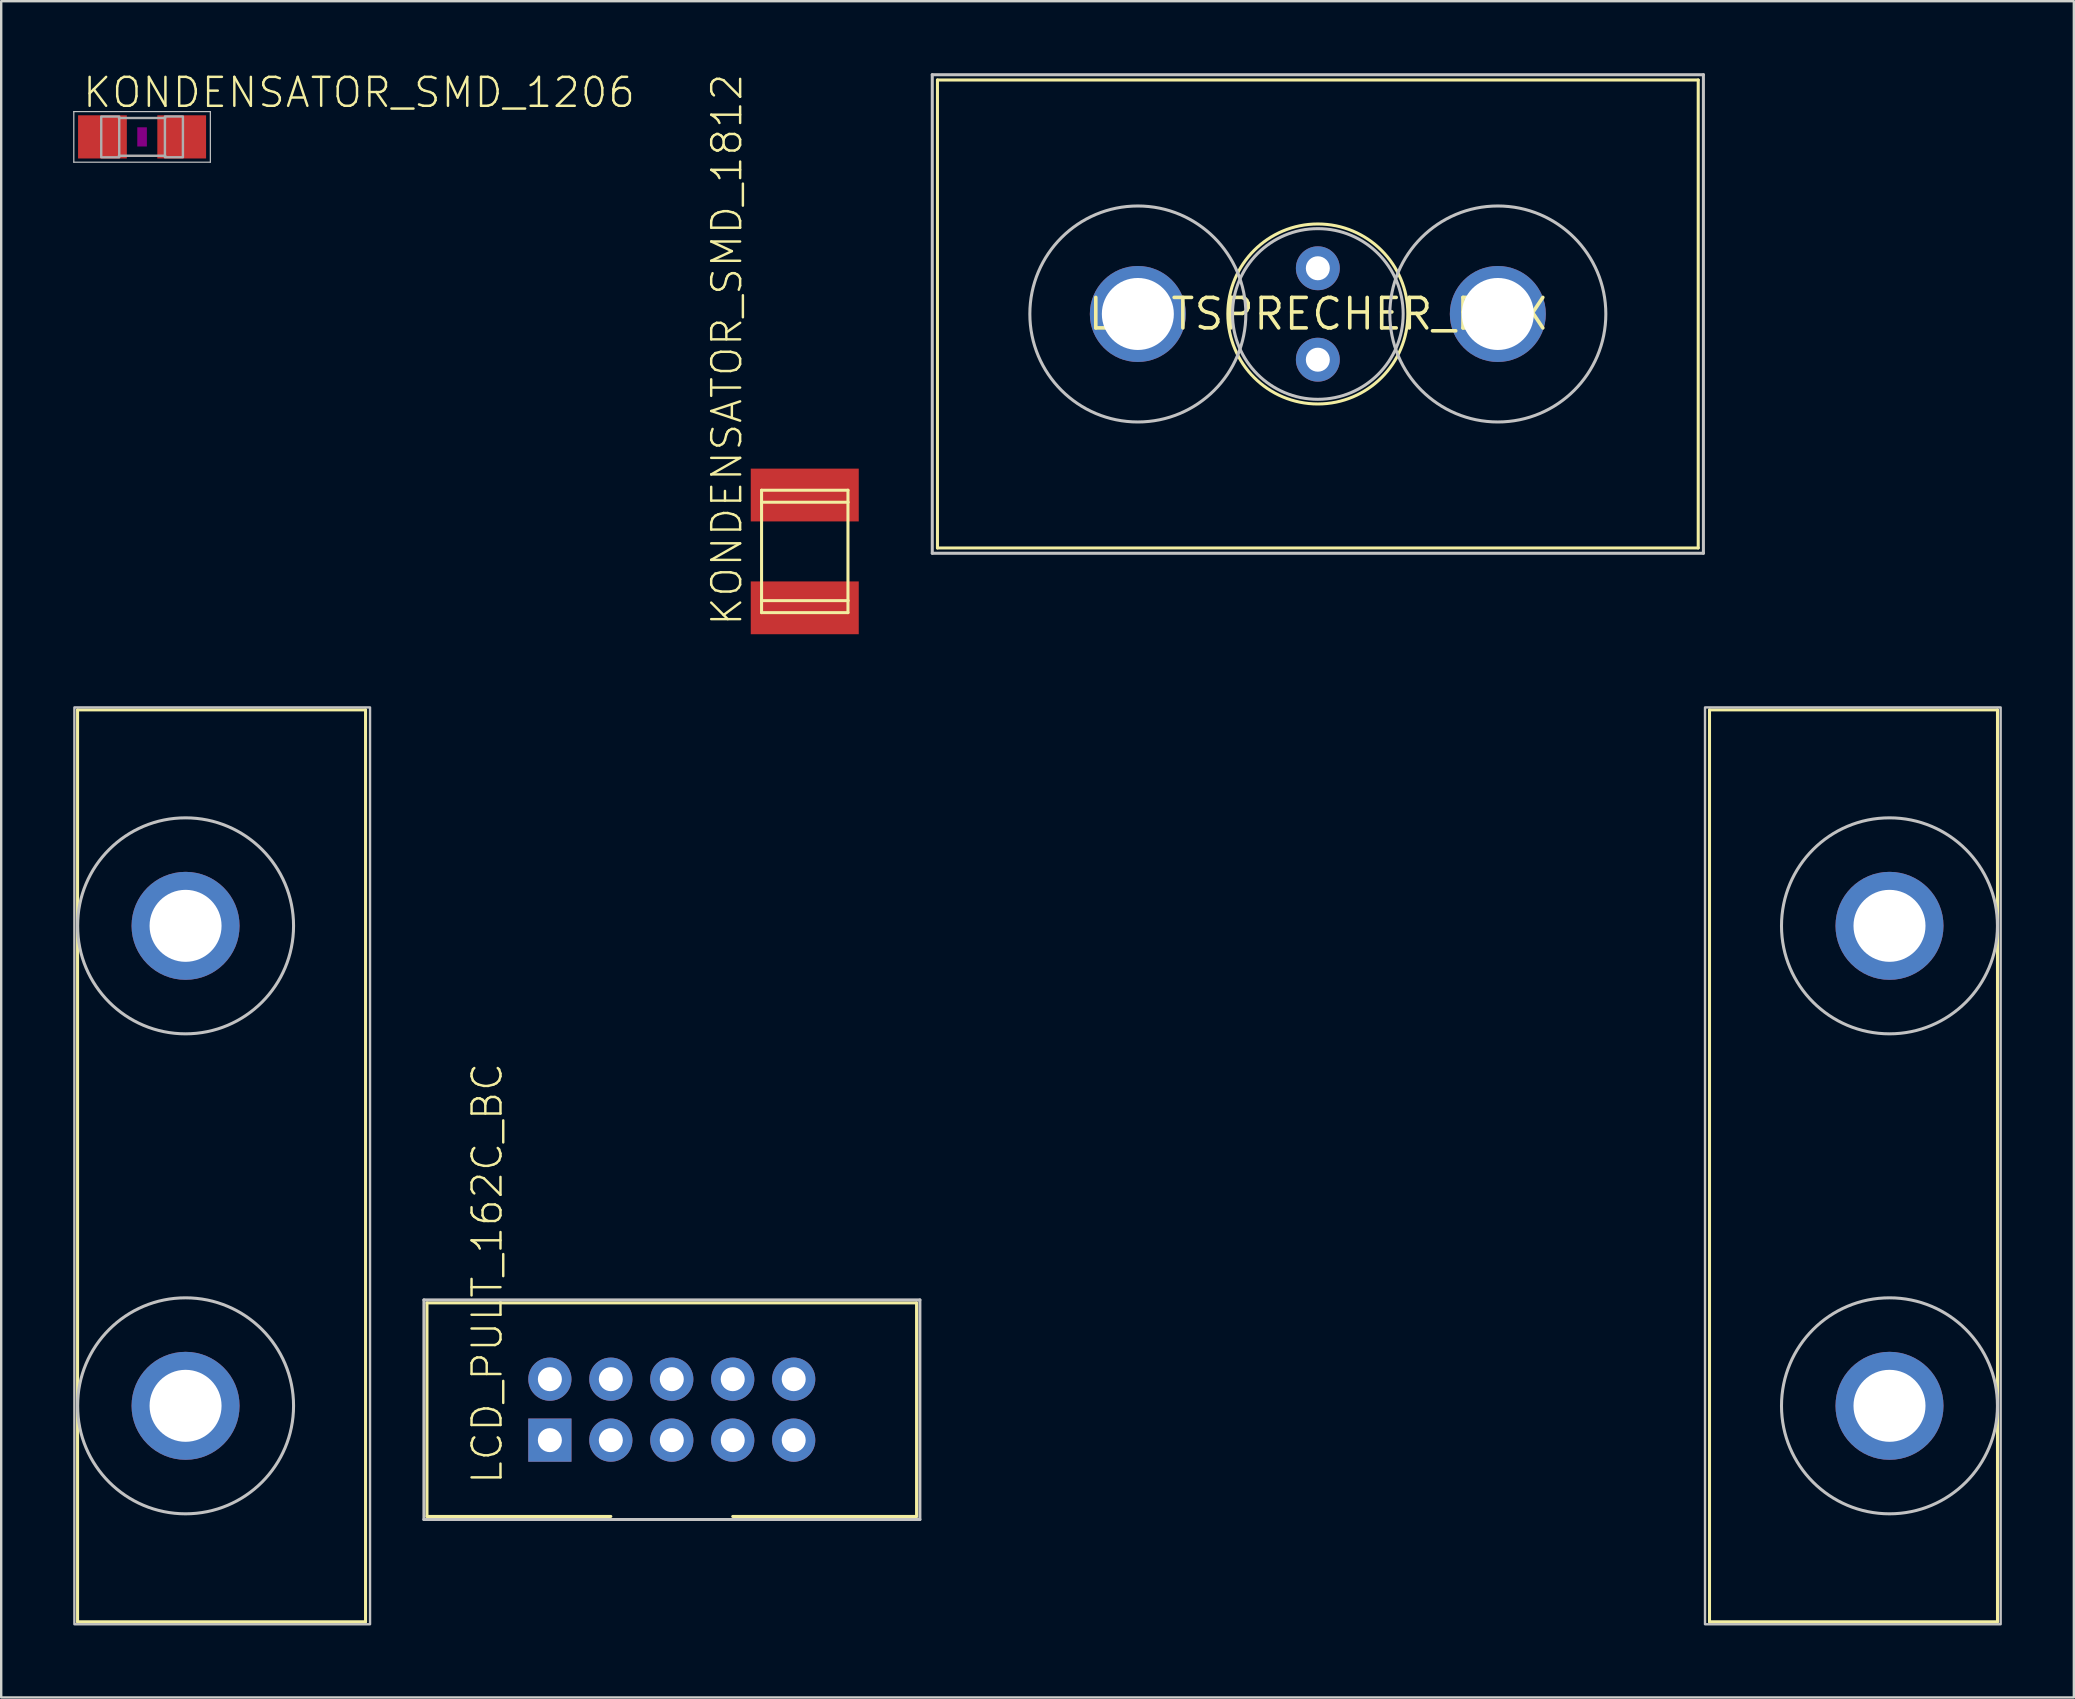
<source format=kicad_pcb>
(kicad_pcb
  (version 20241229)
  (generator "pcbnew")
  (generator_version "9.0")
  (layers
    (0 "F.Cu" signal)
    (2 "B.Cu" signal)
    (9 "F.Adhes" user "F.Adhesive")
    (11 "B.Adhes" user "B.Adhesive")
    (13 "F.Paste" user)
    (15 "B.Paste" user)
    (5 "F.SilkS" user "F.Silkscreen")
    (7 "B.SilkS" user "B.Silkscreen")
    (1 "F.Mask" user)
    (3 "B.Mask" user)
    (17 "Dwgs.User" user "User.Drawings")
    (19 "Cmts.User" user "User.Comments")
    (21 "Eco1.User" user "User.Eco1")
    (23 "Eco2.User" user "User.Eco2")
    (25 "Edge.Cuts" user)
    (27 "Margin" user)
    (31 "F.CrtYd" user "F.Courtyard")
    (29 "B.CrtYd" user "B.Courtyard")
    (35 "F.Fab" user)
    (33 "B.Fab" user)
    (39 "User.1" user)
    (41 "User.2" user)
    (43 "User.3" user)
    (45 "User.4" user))
  (footprint "LCD_PULT_162C_BC"
    (layer "F.Cu")
    (at 40.182 45.528)
    (property "Reference" "LCD_PULT_162C_BC" (at -22.225 13.335 90) (layer "F.SilkS") (effects (font (size 1.206 1.206) (thickness 0.102)) (justify left bottom)))
    (attr through_hole)
    (fp_line (start -40 -19) (end -40 19) (stroke (width 0.127) (type solid)) (layer "F.SilkS"))
    (fp_line (start -40 19) (end -28 19) (stroke (width 0.127) (type solid)) (layer "F.SilkS"))
    (fp_line (start -28 -19) (end -40 -19) (stroke (width 0.127) (type solid)) (layer "F.SilkS"))
    (fp_line (start -28 19) (end -28 -19) (stroke (width 0.127) (type solid)) (layer "F.SilkS"))
    (fp_line (start -25.441 5.71) (end -5.04 5.71) (stroke (width 0.127) (type solid)) (layer "F.SilkS"))
    (fp_line (start -25.441 14.61) (end -25.441 5.71) (stroke (width 0.127) (type solid)) (layer "F.SilkS"))
    (fp_line (start -17.78 14.61) (end -25.441 14.61) (stroke (width 0.127) (type solid)) (layer "F.SilkS"))
    (fp_line (start -5.04 5.71) (end -5.04 14.61) (stroke (width 0.127) (type solid)) (layer "F.SilkS"))
    (fp_line (start -5.04 14.61) (end -12.7 14.61) (stroke (width 0.127) (type solid)) (layer "F.SilkS"))
    (fp_line (start 28 -19) (end 40 -19) (stroke (width 0.127) (type solid)) (layer "F.SilkS"))
    (fp_line (start 28 19) (end 28 -19) (stroke (width 0.127) (type solid)) (layer "F.SilkS"))
    (fp_line (start 40 -19) (end 40 19) (stroke (width 0.127) (type solid)) (layer "F.SilkS"))
    (fp_line (start 40 19) (end 28 19) (stroke (width 0.127) (type solid)) (layer "F.SilkS"))
    (fp_line (start -25.568 5.588) (end -4.902 5.588) (stroke (width 0.127) (type solid)) (layer "Dwgs.User"))
    (fp_line (start -25.568 14.737) (end -25.568 5.588) (stroke (width 0.127) (type solid)) (layer "Dwgs.User"))
    (fp_line (start -4.902 5.588) (end -4.902 14.737) (stroke (width 0.127) (type solid)) (layer "Dwgs.User"))
    (fp_line (start -4.902 14.737) (end -25.568 14.737) (stroke (width 0.127) (type solid)) (layer "Dwgs.User"))
    (fp_circle (center -35.5 -10) (end -31 -10) (stroke (width 0.127) (type solid)) (fill no) (layer "Dwgs.User"))
    (fp_circle (center -35.5 10) (end -31 10) (stroke (width 0.127) (type solid)) (fill no) (layer "Dwgs.User"))
    (fp_circle (center 35.5 -10) (end 40 -10) (stroke (width 0.127) (type solid)) (fill no) (layer "Dwgs.User"))
    (fp_circle (center 35.5 10) (end 40 10) (stroke (width 0.127) (type solid)) (fill no) (layer "Dwgs.User"))
    (fp_poly (pts (xy -40.132 19.101) (xy -27.813 19.101) (xy -27.813 -19.101) (xy -40.132 -19.101)) (stroke (width 0.1) (type solid)) (fill no) (layer "Dwgs.User"))
    (fp_poly (pts (xy 27.813 19.101) (xy 40.132 19.101) (xy 40.132 -19.101) (xy 27.813 -19.101)) (stroke (width 0.1) (type solid)) (fill no) (layer "Dwgs.User"))
    (pad "DB0" thru_hole circle (at -15.24 11.43) (size 1.8 1.8) (drill 1) (layers "*.Cu" "*.Mask"))
    (pad "DB1" thru_hole circle (at -15.24 8.89) (size 1.8 1.8) (drill 1) (layers "*.Cu" "*.Mask"))
    (pad "DB2" thru_hole circle (at -12.7 11.43) (size 1.8 1.8) (drill 1) (layers "*.Cu" "*.Mask"))
    (pad "DB3" thru_hole circle (at -12.7 8.89) (size 1.8 1.8) (drill 1) (layers "*.Cu" "*.Mask"))
    (pad "DRILL1" thru_hole circle (at -35.5 -10 90) (size 4.5 4.5) (drill 3) (layers "*.Cu" "*.Mask"))
    (pad "DRILL2" thru_hole circle (at -35.5 10 90) (size 4.5 4.5) (drill 3) (layers "*.Cu" "*.Mask"))
    (pad "DRILL3" thru_hole circle (at 35.5 10) (size 4.5 4.5) (drill 3) (layers "*.Cu" "*.Mask"))
    (pad "DRILL4" thru_hole circle (at 35.5 -10) (size 4.5 4.5) (drill 3) (layers "*.Cu" "*.Mask"))
    (pad "E" thru_hole circle (at -17.78 8.89) (size 1.8 1.8) (drill 1) (layers "*.Cu" "*.Mask"))
    (pad "GND" thru_hole circle (at -10.16 8.89) (size 1.8 1.8) (drill 1) (layers "*.Cu" "*.Mask"))
    (pad "RS" thru_hole circle (at -17.78 11.43 90) (size 1.8 1.8) (drill 1) (layers "*.Cu" "*.Mask"))
    (pad "VCC" thru_hole rect (at -20.32 11.43) (size 1.8 1.8) (drill 1) (layers "*.Cu" "*.Mask"))
    (pad "VCON" thru_hole circle (at -20.32 8.89) (size 1.8 1.8) (drill 1) (layers "*.Cu" "*.Mask"))
    (pad "VLED" thru_hole circle (at -10.16 11.43) (size 1.8 1.8) (drill 1) (layers "*.Cu" "*.Mask")))
  (footprint "KONDENSATOR_SMD_1812"
    (layer "F.Cu")
    (at 30.483 19.927)
    (property "Reference" "KONDENSATOR_SMD_1812" (at -2.54 3.175 90) (layer "F.SilkS") (effects (font (size 1.206 1.206) (thickness 0.102)) (justify left bottom)))
    (attr through_hole)
    (fp_line (start -1.8 -2.55) (end -1.8 -2.05) (stroke (width 0.127) (type solid)) (layer "F.SilkS"))
    (fp_line (start -1.8 -2.55) (end 1.8 -2.55) (stroke (width 0.127) (type solid)) (layer "F.SilkS"))
    (fp_line (start -1.8 -2.05) (end -1.8 2.05) (stroke (width 0.127) (type solid)) (layer "F.SilkS"))
    (fp_line (start -1.8 -2.05) (end 1.8 -2.05) (stroke (width 0.127) (type solid)) (layer "F.SilkS"))
    (fp_line (start -1.8 2.05) (end -1.8 2.55) (stroke (width 0.127) (type solid)) (layer "F.SilkS"))
    (fp_line (start -1.8 2.05) (end 1.8 2.05) (stroke (width 0.127) (type solid)) (layer "F.SilkS"))
    (fp_line (start 1.8 -2.55) (end 1.8 -2.05) (stroke (width 0.127) (type solid)) (layer "F.SilkS"))
    (fp_line (start 1.8 -2.05) (end 1.8 2.05) (stroke (width 0.127) (type solid)) (layer "F.SilkS"))
    (fp_line (start 1.8 2.05) (end 1.8 2.55) (stroke (width 0.127) (type solid)) (layer "F.SilkS"))
    (fp_line (start 1.8 2.55) (end -1.8 2.55) (stroke (width 0.127) (type solid)) (layer "F.SilkS"))
    (pad "1" smd rect (at 0 -2.35) (size 4.5 2.2) (layers "F.Cu" "F.Mask" "F.Paste"))
    (pad "2" smd rect (at 0 2.35) (size 4.5 2.2) (layers "F.Cu" "F.Mask" "F.Paste")))
  (footprint "KONDENSATOR_SMD_1206"
    (layer "F.Cu")
    (at 2.87 2.654)
    (property "Reference" "KONDENSATOR_SMD_1206" (at -2.54 -1.143 0) (layer "F.SilkS") (effects (font (size 1.206 1.206) (thickness 0.102)) (justify left bottom)))
    (attr through_hole)
    (fp_poly (pts (xy -0.2 0.4) (xy 0.2 0.4) (xy 0.2 -0.4) (xy -0.2 -0.4)) (stroke (width 0) (type solid)) (fill yes) (layer "F.Adhes"))
    (fp_line (start -2.845 -1.054) (end 2.845 -1.054) (stroke (width 0.051) (type solid)) (layer "Dwgs.User"))
    (fp_line (start -2.845 1.054) (end -2.845 -1.054) (stroke (width 0.051) (type solid)) (layer "Dwgs.User"))
    (fp_line (start 2.845 -1.054) (end 2.845 1.054) (stroke (width 0.051) (type solid)) (layer "Dwgs.User"))
    (fp_line (start 2.845 1.054) (end -2.845 1.054) (stroke (width 0.051) (type solid)) (layer "Dwgs.User"))
    (fp_line (start -0.965 -0.787) (end 0.965 -0.787) (stroke (width 0.102) (type solid)) (layer "F.Fab"))
    (fp_line (start -0.965 0.787) (end 0.965 0.787) (stroke (width 0.102) (type solid)) (layer "F.Fab"))
    (fp_poly (pts (xy -1.702 0.851) (xy -0.952 0.851) (xy -0.952 -0.849) (xy -1.702 -0.849)) (stroke (width 0.1) (type solid)) (fill no) (layer "F.Fab"))
    (fp_poly (pts (xy 0.952 0.849) (xy 1.702 0.849) (xy 1.702 -0.851) (xy 0.952 -0.851)) (stroke (width 0.1) (type solid)) (fill no) (layer "F.Fab"))
    (pad "1" smd rect (at -1.651 0) (size 2.032 1.8) (layers "F.Cu" "F.Mask" "F.Paste"))
    (pad "2" smd rect (at 1.651 0) (size 2.032 1.8) (layers "F.Cu" "F.Mask" "F.Paste")))
  (footprint "LAUTSPRECHER_BOX"
    (layer "F.Cu")
    (at 51.862 10.033)
    (property "Reference" "LAUTSPRECHER_BOX" (at 0 0 0) (layer "F.SilkS") (effects (font (size 1.27 1.27) (thickness 0.15))))
    (attr through_hole)
    (fp_line (start -15.85 -9.75) (end -15.85 9.75) (stroke (width 0.127) (type solid)) (layer "F.SilkS"))
    (fp_line (start -15.85 9.75) (end 15.85 9.75) (stroke (width 0.127) (type solid)) (layer "F.SilkS"))
    (fp_line (start 15.85 -9.75) (end -15.85 -9.75) (stroke (width 0.127) (type solid)) (layer "F.SilkS"))
    (fp_line (start 15.85 9.75) (end 15.85 -9.75) (stroke (width 0.127) (type solid)) (layer "F.SilkS"))
    (fp_circle (center 0 0) (end 3.75 0) (stroke (width 0.127) (type solid)) (fill no) (layer "F.SilkS"))
    (fp_line (start -16.066 -9.97) (end -16.066 9.97) (stroke (width 0.127) (type solid)) (layer "Dwgs.User"))
    (fp_line (start -16.066 9.97) (end 16.066 9.97) (stroke (width 0.127) (type solid)) (layer "Dwgs.User"))
    (fp_line (start 16.066 -9.97) (end -16.066 -9.97) (stroke (width 0.127) (type solid)) (layer "Dwgs.User"))
    (fp_line (start 16.066 9.97) (end 16.066 -9.97) (stroke (width 0.127) (type solid)) (layer "Dwgs.User"))
    (fp_circle (center -7.5 0) (end -3 0) (stroke (width 0.127) (type solid)) (fill no) (layer "Dwgs.User"))
    (fp_circle (center 0 0) (end 3.556 0) (stroke (width 0.127) (type solid)) (fill no) (layer "Dwgs.User"))
    (fp_circle (center 7.5 0) (end 12 0) (stroke (width 0.127) (type solid)) (fill no) (layer "Dwgs.User"))
    (pad "1" thru_hole circle (at 0 -1.905) (size 1.829 1.829) (drill 1) (layers "*.Cu" "*.Mask"))
    (pad "2" thru_hole circle (at 0 1.905 270) (size 1.829 1.829) (drill 1) (layers "*.Cu" "*.Mask"))
    (pad "DRILL1" thru_hole circle (at -7.5 0) (size 4 4) (drill 3) (layers "*.Cu" "*.Mask"))
    (pad "DRILL2" thru_hole circle (at 7.5 0) (size 4 4) (drill 3) (layers "*.Cu" "*.Mask")))
  (gr_rect
    (start -3 -3)
    (end 83.364 67.679)
    (stroke (width 0.1) (type default))
    (fill no)
    (layer "Edge.Cuts")))
</source>
